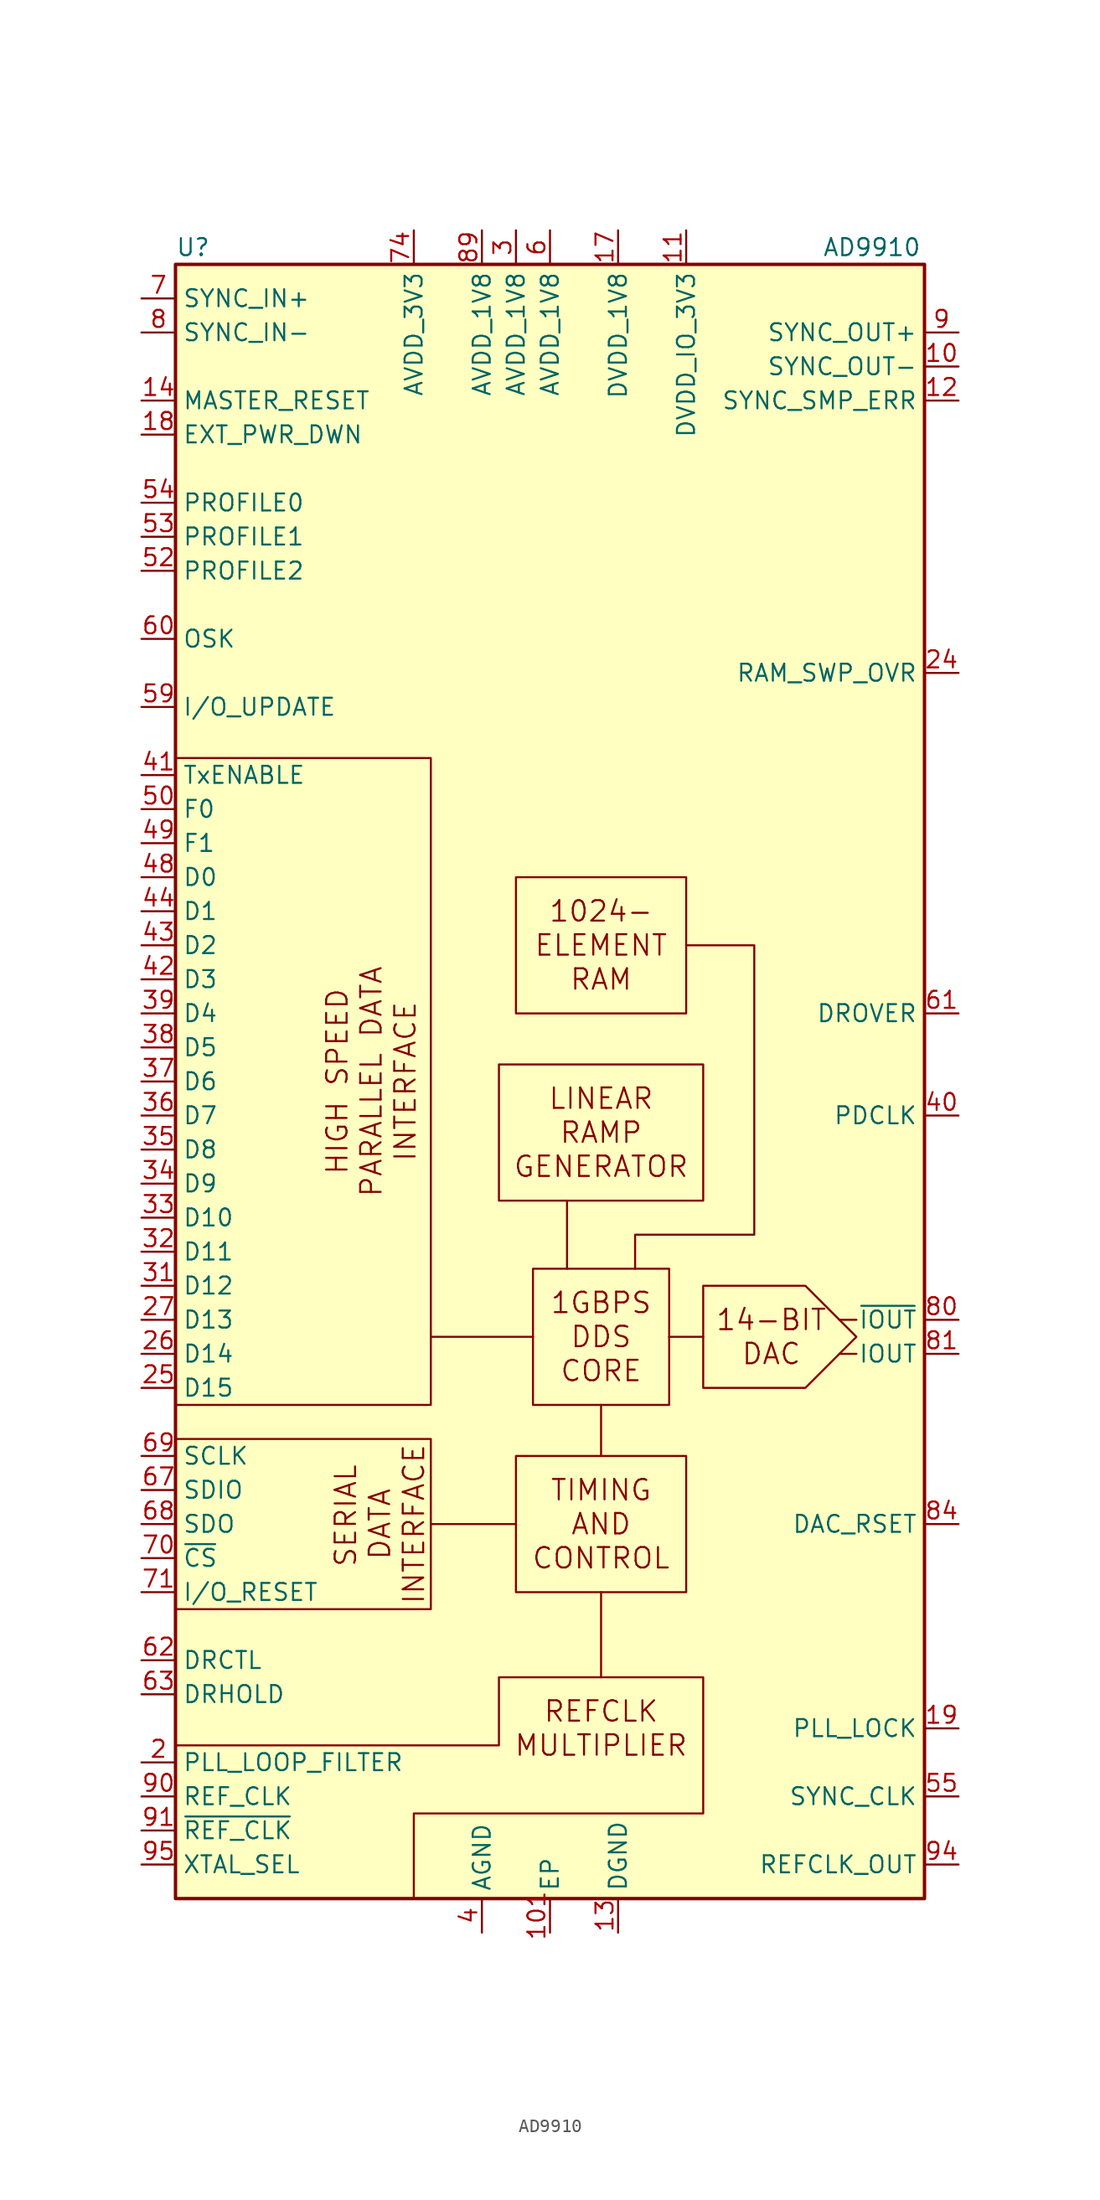
<source format=kicad_sym>
(kicad_symbol_lib
  (version 20201005)
  (generator kicad_symbol_editor)
  (symbol "AD9910"
    (property "Reference" "U"
      (at -27.94 62.23 0)
      (effects (font (size 1.27 1.27)) (justify left)))
    (property "Value" "AD9910"
      (at 20.32 62.23 0)
      (effects (font (size 1.27 1.27)) (justify left)))
    (symbol "AD9910_0_0"
      (text "1024-" (at 3.81 12.7 0) (effects (font (size 1.524 1.524))))
      (text "1GBPS" (at 3.81 -16.51 0) (effects (font (size 1.524 1.524))))
      (text "AND" (at 3.81 -33.02 0) (effects (font (size 1.524 1.524))))
      (text "CONTROL" (at 3.81 -35.56 0) (effects (font (size 1.524 1.524))))
      (text "CORE" (at 3.81 -21.59 0) (effects (font (size 1.524 1.524))))
      (text "DAC" (at 16.51 -20.32 0) (effects (font (size 1.524 1.524))))
      (text "DATA" (at -12.7 -33.02 900) (effects (font (size 1.524 1.524))))
      (text "DDS" (at 3.81 -19.05 0) (effects (font (size 1.524 1.524))))
      (text "ELEMENT" (at 3.81 10.16 0) (effects (font (size 1.524 1.524))))
      (text "GENERATOR" (at 3.81 -6.35 0) (effects (font (size 1.524 1.524))))
      (text "HIGH SPEED" (at -15.875 0 900) (effects (font (size 1.524 1.524))))
      (text "INTERFACE" (at -10.795 0 900) (effects (font (size 1.524 1.524))))
      (text "INTERFACE" (at -10.16 -33.02 900) (effects (font (size 1.524 1.524))))
      (text "LINEAR" (at 3.81 -1.27 0) (effects (font (size 1.524 1.524))))
      (text "MULTIPLIER" (at 3.81 -49.53 0) (effects (font (size 1.524 1.524))))
      (text "PARALLEL DATA" (at -13.335 0 900) (effects (font (size 1.524 1.524))))
      (text "RAM" (at 3.81 7.62 0) (effects (font (size 1.524 1.524))))
      (text "RAMP" (at 3.81 -3.81 0) (effects (font (size 1.524 1.524))))
      (text "REFCLK" (at 3.81 -46.99 0) (effects (font (size 1.524 1.524))))
      (text "SERIAL" (at -15.24 -32.385 900) (effects (font (size 1.524 1.524))))
      (text "TIMING" (at 3.81 -30.48 0) (effects (font (size 1.524 1.524))))
      (rectangle (start -2.54 -27.94) (end 10.16 -38.1) (stroke (width 0)) (fill (type none)))
      (rectangle (start -2.54 15.24) (end 10.16 5.08) (stroke (width 0)) (fill (type none)))
      (rectangle (start 8.89 -13.97) (end -1.27 -24.13) (stroke (width 0)) (fill (type none)))
      (rectangle (start 11.43 -8.89) (end -3.81 1.27) (stroke (width 0)) (fill (type none)))
      (polyline (pts (xy -2.54 -33.02) (xy -8.89 -33.02)) (stroke (width 0)) (fill (type none)))
      (polyline (pts (xy -1.27 -19.05) (xy -8.89 -19.05)) (stroke (width 0)) (fill (type none)))
      (polyline (pts (xy 1.27 -13.97) (xy 1.27 -8.89)) (stroke (width 0)) (fill (type none)))
      (polyline (pts (xy 3.81 -38.1) (xy 3.81 -44.45)) (stroke (width 0)) (fill (type none)))
      (polyline (pts (xy 3.81 -24.13) (xy 3.81 -27.94)) (stroke (width 0)) (fill (type none)))
      (polyline (pts (xy 11.43 -19.05) (xy 8.89 -19.05)) (stroke (width 0)) (fill (type none)))
      (polyline (pts (xy 21.59 -20.32) (xy 22.86 -20.32)) (stroke (width 0)) (fill (type none)))
      (polyline (pts (xy 22.86 -17.78) (xy 21.59 -17.78)) (stroke (width 0)) (fill (type none)))
      (polyline (pts (xy -27.94 -26.67) (xy -8.89 -26.67) (xy -8.89 -39.37) (xy -27.94 -39.37)) (stroke (width 0)) (fill (type none)))
      (polyline (pts (xy -27.94 24.13) (xy -8.89 24.13) (xy -8.89 -24.13) (xy -27.94 -24.13)) (stroke (width 0)) (fill (type none)))
      (polyline (pts (xy 10.16 10.16) (xy 15.24 10.16) (xy 15.24 -11.43) (xy 6.35 -11.43) (xy 6.35 -13.97)) (stroke (width 0)) (fill (type none)))
      (polyline (pts (xy 22.86 -19.05) (xy 19.05 -15.24) (xy 11.43 -15.24) (xy 11.43 -22.86) (xy 19.05 -22.86) (xy 22.86 -19.05)) (stroke (width 0)) (fill (type none)))
      (polyline (pts (xy -10.16 -60.96) (xy -10.16 -54.61) (xy 11.43 -54.61) (xy 11.43 -44.45) (xy -3.81 -44.45) (xy -3.81 -49.53) (xy -27.94 -49.53)) (stroke (width 0)) (fill (type none))))
    (symbol "AD9910_0_1"
      (rectangle (start -27.94 60.96) (end 27.94 -60.96) (stroke (width 0.254)) (fill (type background))))
    (symbol "AD9910_1_0"
      (text "14-BIT" (at 16.51 -17.78 0) (effects (font (size 1.524 1.524)))))
    (symbol "AD9910_1_1"
      (pin no_connect line (at 27.94 48.26 180) (length 2.54) hide (name "NC" (effects (font (size 1.27 1.27)))) (number "1" (effects (font (size 1.27 1.27)))))
      (pin output line (at 30.48 53.34 180) (length 2.54) (name "SYNC_OUT-" (effects (font (size 1.27 1.27)))) (number "10" (effects (font (size 1.27 1.27)))))
      (pin no_connect line (at 27.94 22.86 180) (length 2.54) hide (name "NC" (effects (font (size 1.27 1.27)))) (number "100" (effects (font (size 1.27 1.27)))))
      (pin power_in line (at 0 -63.5 90) (length 2.54) (name "EP" (effects (font (size 1.27 1.27)))) (number "101" (effects (font (size 1.27 1.27)))))
      (pin power_in line (at 10.16 63.5 270) (length 2.54) (name "DVDD_IO_3V3" (effects (font (size 1.27 1.27)))) (number "11" (effects (font (size 1.27 1.27)))))
      (pin output line (at 30.48 50.8 180) (length 2.54) (name "SYNC_SMP_ERR" (effects (font (size 1.27 1.27)))) (number "12" (effects (font (size 1.27 1.27)))))
      (pin power_in line (at 5.08 -63.5 90) (length 2.54) (name "DGND" (effects (font (size 1.27 1.27)))) (number "13" (effects (font (size 1.27 1.27)))))
      (pin input line (at -30.48 50.8 0) (length 2.54) (name "MASTER_RESET" (effects (font (size 1.27 1.27)))) (number "14" (effects (font (size 1.27 1.27)))))
      (pin passive line (at 10.16 63.5 270) (length 2.54) hide (name "DVDD_IO_3V3" (effects (font (size 1.27 1.27)))) (number "15" (effects (font (size 1.27 1.27)))))
      (pin passive line (at 5.08 -63.5 90) (length 2.54) hide (name "DGND" (effects (font (size 1.27 1.27)))) (number "16" (effects (font (size 1.27 1.27)))))
      (pin power_in line (at 5.08 63.5 270) (length 2.54) (name "DVDD_1V8" (effects (font (size 1.27 1.27)))) (number "17" (effects (font (size 1.27 1.27)))))
      (pin input line (at -30.48 48.26 0) (length 2.54) (name "EXT_PWR_DWN" (effects (font (size 1.27 1.27)))) (number "18" (effects (font (size 1.27 1.27)))))
      (pin output line (at 30.48 -48.26 180) (length 2.54) (name "PLL_LOCK" (effects (font (size 1.27 1.27)))) (number "19" (effects (font (size 1.27 1.27)))))
      (pin input line (at -30.48 -50.8 0) (length 2.54) (name "PLL_LOOP_FILTER" (effects (font (size 1.27 1.27)))) (number "2" (effects (font (size 1.27 1.27)))))
      (pin no_connect line (at 27.94 45.72 180) (length 2.54) hide (name "NC" (effects (font (size 1.27 1.27)))) (number "20" (effects (font (size 1.27 1.27)))))
      (pin passive line (at 10.16 63.5 270) (length 2.54) hide (name "DVDD_IO_3V3" (effects (font (size 1.27 1.27)))) (number "21" (effects (font (size 1.27 1.27)))))
      (pin passive line (at 5.08 -63.5 90) (length 2.54) hide (name "DGND" (effects (font (size 1.27 1.27)))) (number "22" (effects (font (size 1.27 1.27)))))
      (pin passive line (at 5.08 63.5 270) (length 2.54) hide (name "DVDD_1V8" (effects (font (size 1.27 1.27)))) (number "23" (effects (font (size 1.27 1.27)))))
      (pin output line (at 30.48 30.48 180) (length 2.54) (name "RAM_SWP_OVR" (effects (font (size 1.27 1.27)))) (number "24" (effects (font (size 1.27 1.27)))))
      (pin input line (at -30.48 -22.86 0) (length 2.54) (name "D15" (effects (font (size 1.27 1.27)))) (number "25" (effects (font (size 1.27 1.27)))))
      (pin input line (at -30.48 -20.32 0) (length 2.54) (name "D14" (effects (font (size 1.27 1.27)))) (number "26" (effects (font (size 1.27 1.27)))))
      (pin input line (at -30.48 -17.78 0) (length 2.54) (name "D13" (effects (font (size 1.27 1.27)))) (number "27" (effects (font (size 1.27 1.27)))))
      (pin passive line (at 10.16 63.5 270) (length 2.54) hide (name "DVDD_IO_3V3" (effects (font (size 1.27 1.27)))) (number "28" (effects (font (size 1.27 1.27)))))
      (pin passive line (at 5.08 -63.5 90) (length 2.54) hide (name "DGND" (effects (font (size 1.27 1.27)))) (number "29" (effects (font (size 1.27 1.27)))))
      (pin power_in line (at -2.54 63.5 270) (length 2.54) (name "AVDD_1V8" (effects (font (size 1.27 1.27)))) (number "3" (effects (font (size 1.27 1.27)))))
      (pin passive line (at 5.08 63.5 270) (length 2.54) hide (name "DVDD_1V8" (effects (font (size 1.27 1.27)))) (number "30" (effects (font (size 1.27 1.27)))))
      (pin input line (at -30.48 -15.24 0) (length 2.54) (name "D12" (effects (font (size 1.27 1.27)))) (number "31" (effects (font (size 1.27 1.27)))))
      (pin input line (at -30.48 -12.7 0) (length 2.54) (name "D11" (effects (font (size 1.27 1.27)))) (number "32" (effects (font (size 1.27 1.27)))))
      (pin input line (at -30.48 -10.16 0) (length 2.54) (name "D10" (effects (font (size 1.27 1.27)))) (number "33" (effects (font (size 1.27 1.27)))))
      (pin input line (at -30.48 -7.62 0) (length 2.54) (name "D9" (effects (font (size 1.27 1.27)))) (number "34" (effects (font (size 1.27 1.27)))))
      (pin input line (at -30.48 -5.08 0) (length 2.54) (name "D8" (effects (font (size 1.27 1.27)))) (number "35" (effects (font (size 1.27 1.27)))))
      (pin input line (at -30.48 -2.54 0) (length 2.54) (name "D7" (effects (font (size 1.27 1.27)))) (number "36" (effects (font (size 1.27 1.27)))))
      (pin input line (at -30.48 0 0) (length 2.54) (name "D6" (effects (font (size 1.27 1.27)))) (number "37" (effects (font (size 1.27 1.27)))))
      (pin input line (at -30.48 2.54 0) (length 2.54) (name "D5" (effects (font (size 1.27 1.27)))) (number "38" (effects (font (size 1.27 1.27)))))
      (pin input line (at -30.48 5.08 0) (length 2.54) (name "D4" (effects (font (size 1.27 1.27)))) (number "39" (effects (font (size 1.27 1.27)))))
      (pin power_in line (at -5.08 -63.5 90) (length 2.54) (name "AGND" (effects (font (size 1.27 1.27)))) (number "4" (effects (font (size 1.27 1.27)))))
      (pin output line (at 30.48 -2.54 180) (length 2.54) (name "PDCLK" (effects (font (size 1.27 1.27)))) (number "40" (effects (font (size 1.27 1.27)))))
      (pin input line (at -30.48 22.86 0) (length 2.54) (name "TxENABLE" (effects (font (size 1.27 1.27)))) (number "41" (effects (font (size 1.27 1.27)))))
      (pin input line (at -30.48 7.62 0) (length 2.54) (name "D3" (effects (font (size 1.27 1.27)))) (number "42" (effects (font (size 1.27 1.27)))))
      (pin input line (at -30.48 10.16 0) (length 2.54) (name "D2" (effects (font (size 1.27 1.27)))) (number "43" (effects (font (size 1.27 1.27)))))
      (pin input line (at -30.48 12.7 0) (length 2.54) (name "D1" (effects (font (size 1.27 1.27)))) (number "44" (effects (font (size 1.27 1.27)))))
      (pin passive line (at 10.16 63.5 270) (length 2.54) hide (name "DVDD_IO_3V3" (effects (font (size 1.27 1.27)))) (number "45" (effects (font (size 1.27 1.27)))))
      (pin passive line (at 5.08 -63.5 90) (length 2.54) hide (name "DGND" (effects (font (size 1.27 1.27)))) (number "46" (effects (font (size 1.27 1.27)))))
      (pin passive line (at 5.08 63.5 270) (length 2.54) hide (name "DVDD_1V8" (effects (font (size 1.27 1.27)))) (number "47" (effects (font (size 1.27 1.27)))))
      (pin input line (at -30.48 15.24 0) (length 2.54) (name "D0" (effects (font (size 1.27 1.27)))) (number "48" (effects (font (size 1.27 1.27)))))
      (pin input line (at -30.48 17.78 0) (length 2.54) (name "F1" (effects (font (size 1.27 1.27)))) (number "49" (effects (font (size 1.27 1.27)))))
      (pin passive line (at -5.08 -63.5 90) (length 2.54) hide (name "AGND" (effects (font (size 1.27 1.27)))) (number "5" (effects (font (size 1.27 1.27)))))
      (pin input line (at -30.48 20.32 0) (length 2.54) (name "F0" (effects (font (size 1.27 1.27)))) (number "50" (effects (font (size 1.27 1.27)))))
      (pin passive line (at 5.08 -63.5 90) (length 2.54) hide (name "DGND" (effects (font (size 1.27 1.27)))) (number "51" (effects (font (size 1.27 1.27)))))
      (pin input line (at -30.48 38.1 0) (length 2.54) (name "PROFILE2" (effects (font (size 1.27 1.27)))) (number "52" (effects (font (size 1.27 1.27)))))
      (pin input line (at -30.48 40.64 0) (length 2.54) (name "PROFILE1" (effects (font (size 1.27 1.27)))) (number "53" (effects (font (size 1.27 1.27)))))
      (pin input line (at -30.48 43.18 0) (length 2.54) (name "PROFILE0" (effects (font (size 1.27 1.27)))) (number "54" (effects (font (size 1.27 1.27)))))
      (pin output line (at 30.48 -53.34 180) (length 2.54) (name "SYNC_CLK" (effects (font (size 1.27 1.27)))) (number "55" (effects (font (size 1.27 1.27)))))
      (pin passive line (at 10.16 63.5 270) (length 2.54) hide (name "DVDD_IO_3V3" (effects (font (size 1.27 1.27)))) (number "56" (effects (font (size 1.27 1.27)))))
      (pin passive line (at 5.08 63.5 270) (length 2.54) hide (name "DVDD_1V8" (effects (font (size 1.27 1.27)))) (number "57" (effects (font (size 1.27 1.27)))))
      (pin passive line (at 5.08 -63.5 90) (length 2.54) hide (name "DGND" (effects (font (size 1.27 1.27)))) (number "58" (effects (font (size 1.27 1.27)))))
      (pin bidirectional line (at -30.48 27.94 0) (length 2.54) (name "I/O_UPDATE" (effects (font (size 1.27 1.27)))) (number "59" (effects (font (size 1.27 1.27)))))
      (pin power_in line (at 0 63.5 270) (length 2.54) (name "AVDD_1V8" (effects (font (size 1.27 1.27)))) (number "6" (effects (font (size 1.27 1.27)))))
      (pin input line (at -30.48 33.02 0) (length 2.54) (name "OSK" (effects (font (size 1.27 1.27)))) (number "60" (effects (font (size 1.27 1.27)))))
      (pin output line (at 30.48 5.08 180) (length 2.54) (name "DROVER" (effects (font (size 1.27 1.27)))) (number "61" (effects (font (size 1.27 1.27)))))
      (pin input line (at -30.48 -43.18 0) (length 2.54) (name "DRCTL" (effects (font (size 1.27 1.27)))) (number "62" (effects (font (size 1.27 1.27)))))
      (pin input line (at -30.48 -45.72 0) (length 2.54) (name "DRHOLD" (effects (font (size 1.27 1.27)))) (number "63" (effects (font (size 1.27 1.27)))))
      (pin passive line (at 5.08 63.5 270) (length 2.54) hide (name "DVDD_1V8" (effects (font (size 1.27 1.27)))) (number "64" (effects (font (size 1.27 1.27)))))
      (pin passive line (at 5.08 -63.5 90) (length 2.54) hide (name "DGND" (effects (font (size 1.27 1.27)))) (number "65" (effects (font (size 1.27 1.27)))))
      (pin passive line (at 10.16 63.5 270) (length 2.54) hide (name "DVDD_IO_3V3" (effects (font (size 1.27 1.27)))) (number "66" (effects (font (size 1.27 1.27)))))
      (pin bidirectional line (at -30.48 -30.48 0) (length 2.54) (name "SDIO" (effects (font (size 1.27 1.27)))) (number "67" (effects (font (size 1.27 1.27)))))
      (pin output line (at -30.48 -33.02 0) (length 2.54) (name "SDO" (effects (font (size 1.27 1.27)))) (number "68" (effects (font (size 1.27 1.27)))))
      (pin input line (at -30.48 -27.94 0) (length 2.54) (name "SCLK" (effects (font (size 1.27 1.27)))) (number "69" (effects (font (size 1.27 1.27)))))
      (pin input line (at -30.48 58.42 0) (length 2.54) (name "SYNC_IN+" (effects (font (size 1.27 1.27)))) (number "7" (effects (font (size 1.27 1.27)))))
      (pin input line (at -30.48 -35.56 0) (length 2.54) (name "~CS" (effects (font (size 1.27 1.27)))) (number "70" (effects (font (size 1.27 1.27)))))
      (pin input line (at -30.48 -38.1 0) (length 2.54) (name "I/O_RESET" (effects (font (size 1.27 1.27)))) (number "71" (effects (font (size 1.27 1.27)))))
      (pin no_connect line (at 27.94 43.18 180) (length 2.54) hide (name "NC" (effects (font (size 1.27 1.27)))) (number "72" (effects (font (size 1.27 1.27)))))
      (pin passive line (at -5.08 -63.5 90) (length 2.54) hide (name "AGND" (effects (font (size 1.27 1.27)))) (number "73" (effects (font (size 1.27 1.27)))))
      (pin power_in line (at -10.16 63.5 270) (length 2.54) (name "AVDD_3V3" (effects (font (size 1.27 1.27)))) (number "74" (effects (font (size 1.27 1.27)))))
      (pin passive line (at -10.16 63.5 270) (length 2.54) hide (name "AVDD_3V3" (effects (font (size 1.27 1.27)))) (number "75" (effects (font (size 1.27 1.27)))))
      (pin passive line (at -10.16 63.5 270) (length 2.54) hide (name "AVDD_3V3" (effects (font (size 1.27 1.27)))) (number "76" (effects (font (size 1.27 1.27)))))
      (pin passive line (at -10.16 63.5 270) (length 2.54) hide (name "AVDD_3V3" (effects (font (size 1.27 1.27)))) (number "77" (effects (font (size 1.27 1.27)))))
      (pin passive line (at -5.08 -63.5 90) (length 2.54) hide (name "AGND" (effects (font (size 1.27 1.27)))) (number "78" (effects (font (size 1.27 1.27)))))
      (pin passive line (at -5.08 -63.5 90) (length 2.54) hide (name "AGND" (effects (font (size 1.27 1.27)))) (number "79" (effects (font (size 1.27 1.27)))))
      (pin input line (at -30.48 55.88 0) (length 2.54) (name "SYNC_IN-" (effects (font (size 1.27 1.27)))) (number "8" (effects (font (size 1.27 1.27)))))
      (pin output line (at 30.48 -17.78 180) (length 2.54) (name "~IOUT" (effects (font (size 1.27 1.27)))) (number "80" (effects (font (size 1.27 1.27)))))
      (pin output line (at 30.48 -20.32 180) (length 2.54) (name "IOUT" (effects (font (size 1.27 1.27)))) (number "81" (effects (font (size 1.27 1.27)))))
      (pin passive line (at -5.08 -63.5 90) (length 2.54) hide (name "AGND" (effects (font (size 1.27 1.27)))) (number "82" (effects (font (size 1.27 1.27)))))
      (pin passive line (at -10.16 63.5 270) (length 2.54) hide (name "AVDD_3V3" (effects (font (size 1.27 1.27)))) (number "83" (effects (font (size 1.27 1.27)))))
      (pin output line (at 30.48 -33.02 180) (length 2.54) (name "DAC_RSET" (effects (font (size 1.27 1.27)))) (number "84" (effects (font (size 1.27 1.27)))))
      (pin passive line (at -5.08 -63.5 90) (length 2.54) hide (name "AGND" (effects (font (size 1.27 1.27)))) (number "85" (effects (font (size 1.27 1.27)))))
      (pin no_connect line (at 27.94 40.64 180) (length 2.54) hide (name "NC" (effects (font (size 1.27 1.27)))) (number "86" (effects (font (size 1.27 1.27)))))
      (pin no_connect line (at 27.94 38.1 180) (length 2.54) hide (name "NC" (effects (font (size 1.27 1.27)))) (number "87" (effects (font (size 1.27 1.27)))))
      (pin passive line (at -5.08 -63.5 90) (length 2.54) hide (name "AGND" (effects (font (size 1.27 1.27)))) (number "88" (effects (font (size 1.27 1.27)))))
      (pin power_in line (at -5.08 63.5 270) (length 2.54) (name "AVDD_1V8" (effects (font (size 1.27 1.27)))) (number "89" (effects (font (size 1.27 1.27)))))
      (pin output line (at 30.48 55.88 180) (length 2.54) (name "SYNC_OUT+" (effects (font (size 1.27 1.27)))) (number "9" (effects (font (size 1.27 1.27)))))
      (pin input line (at -30.48 -53.34 0) (length 2.54) (name "REF_CLK" (effects (font (size 1.27 1.27)))) (number "90" (effects (font (size 1.27 1.27)))))
      (pin input line (at -30.48 -55.88 0) (length 2.54) (name "~REF_CLK" (effects (font (size 1.27 1.27)))) (number "91" (effects (font (size 1.27 1.27)))))
      (pin passive line (at -5.08 63.5 270) (length 2.54) hide (name "AVDD_1V8" (effects (font (size 1.27 1.27)))) (number "92" (effects (font (size 1.27 1.27)))))
      (pin no_connect line (at 27.94 35.56 180) (length 2.54) hide (name "NC" (effects (font (size 1.27 1.27)))) (number "93" (effects (font (size 1.27 1.27)))))
      (pin output line (at 30.48 -58.42 180) (length 2.54) (name "REFCLK_OUT" (effects (font (size 1.27 1.27)))) (number "94" (effects (font (size 1.27 1.27)))))
      (pin input line (at -30.48 -58.42 0) (length 2.54) (name "XTAL_SEL" (effects (font (size 1.27 1.27)))) (number "95" (effects (font (size 1.27 1.27)))))
      (pin passive line (at -5.08 -63.5 90) (length 2.54) hide (name "AGND" (effects (font (size 1.27 1.27)))) (number "96" (effects (font (size 1.27 1.27)))))
      (pin no_connect line (at 27.94 33.02 180) (length 2.54) hide (name "NC" (effects (font (size 1.27 1.27)))) (number "97" (effects (font (size 1.27 1.27)))))
      (pin no_connect line (at 27.94 27.94 180) (length 2.54) hide (name "NC" (effects (font (size 1.27 1.27)))) (number "98" (effects (font (size 1.27 1.27)))))
      (pin no_connect line (at 27.94 25.4 180) (length 2.54) hide (name "NC" (effects (font (size 1.27 1.27)))) (number "99" (effects (font (size 1.27 1.27))))))))
</source>
